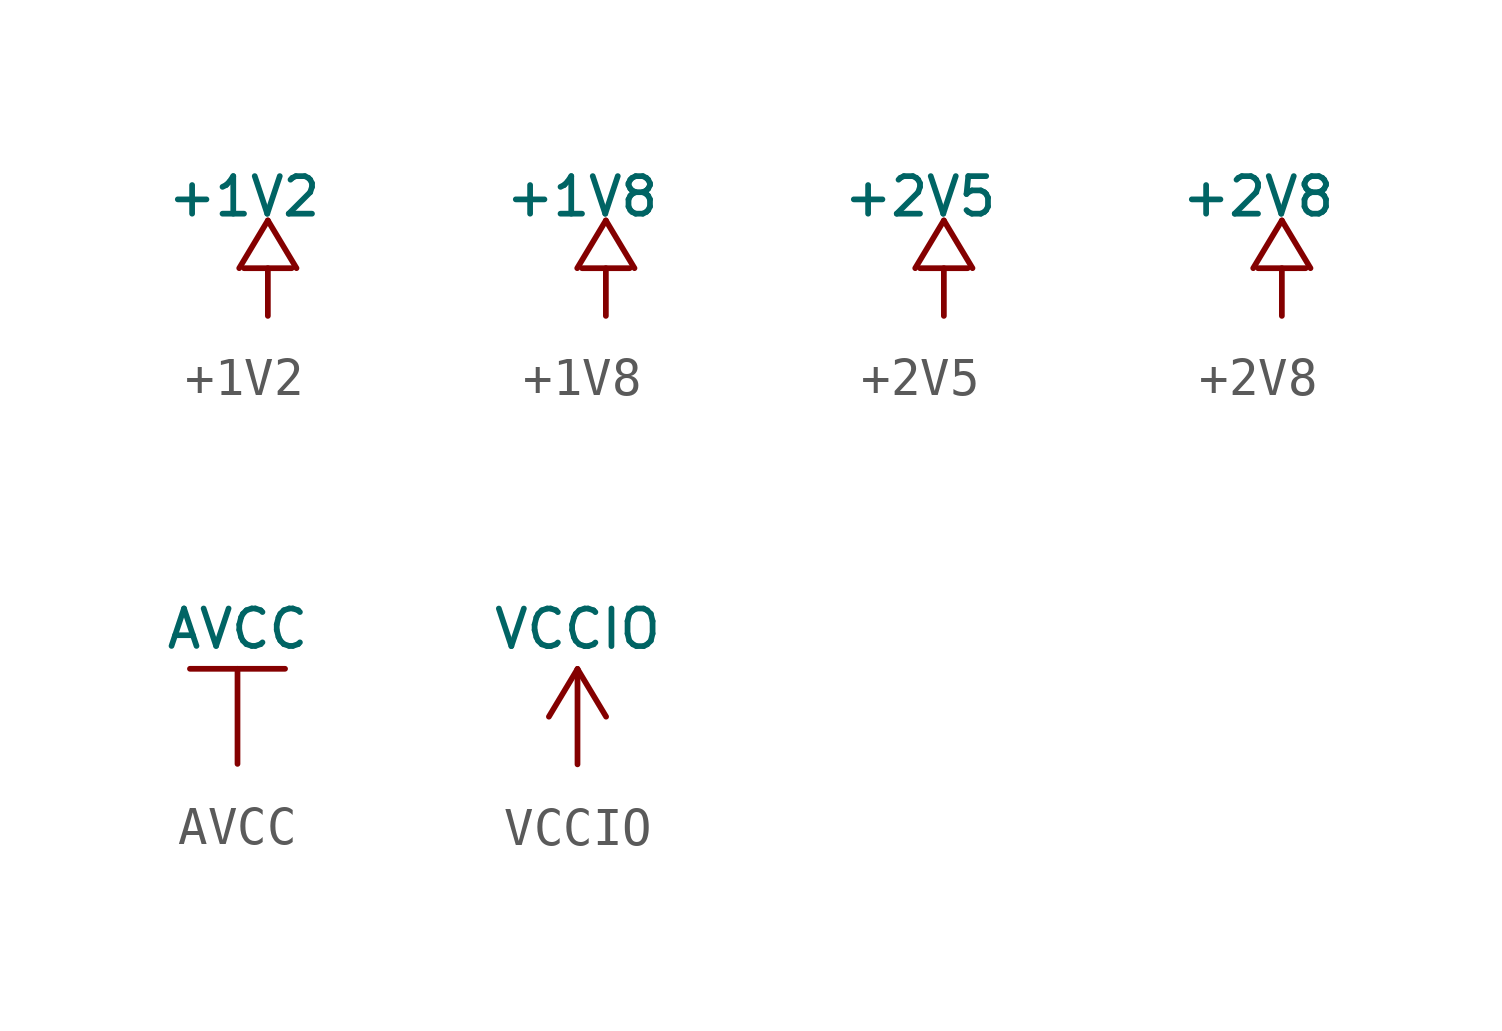
<source format=kicad_sym>
(kicad_symbol_lib
  (version 20230620)
  (generator kicad_symbol_editor)
  (symbol "+1V2"
    (power)
    (pin_names
      (offset 0))
    (property "Reference" "#PWR?"
      (at 0 -3.81 0)
      (effects (font (size 1.27 1.27)) hide))
    (property "Value" "+1V2"
      (at -0.635 3.175 0)
      (effects (font (size 1 1))))
    (symbol "+1V2_0_1"
      (polyline (pts (xy -0.762 1.27) (xy 0 2.54)) (stroke (width 0) (type default)) (fill (type none)))
      (polyline (pts (xy -0.635 1.27) (xy 0.635 1.27)) (stroke (width 0) (type default)) (fill (type none)))
      (polyline (pts (xy 0 0) (xy 0 1.27)) (stroke (width 0) (type default)) (fill (type none)))
      (polyline (pts (xy 0 2.54) (xy 0.762 1.27)) (stroke (width 0) (type default)) (fill (type none))))
    (symbol "+1V2_1_1"
      (pin power_in line (at 0 0 90) (length 0) hide (name "+1V2" (effects (font (size 1.27 1.27)))) (number "1" (effects (font (size 1.27 1.27)))))))
  (symbol "+1V8"
    (power)
    (pin_names
      (offset 0))
    (property "Reference" "#PWR?"
      (at 0 -3.81 0)
      (effects (font (size 1.27 1.27)) hide))
    (property "Value" "+1V8"
      (at -0.635 3.175 0)
      (effects (font (size 1 1))))
    (symbol "+1V8_0_1"
      (polyline (pts (xy -0.762 1.27) (xy 0 2.54)) (stroke (width 0) (type default)) (fill (type none)))
      (polyline (pts (xy -0.635 1.27) (xy 0.635 1.27)) (stroke (width 0) (type default)) (fill (type none)))
      (polyline (pts (xy 0 0) (xy 0 1.27)) (stroke (width 0) (type default)) (fill (type none)))
      (polyline (pts (xy 0 2.54) (xy 0.762 1.27)) (stroke (width 0) (type default)) (fill (type none))))
    (symbol "+1V8_1_1"
      (pin power_in line (at 0 0 90) (length 0) hide (name "+1V8" (effects (font (size 1.27 1.27)))) (number "1" (effects (font (size 1.27 1.27)))))))
  (symbol "+2V5"
    (power)
    (pin_names
      (offset 0))
    (property "Reference" "#PWR?"
      (at 0 -3.81 0)
      (effects (font (size 1.27 1.27)) hide))
    (property "Value" "+2V5"
      (at -0.635 3.175 0)
      (effects (font (size 1 1))))
    (symbol "+2V5_0_1"
      (polyline (pts (xy -0.762 1.27) (xy 0 2.54)) (stroke (width 0) (type default)) (fill (type none)))
      (polyline (pts (xy -0.635 1.27) (xy 0.635 1.27)) (stroke (width 0) (type default)) (fill (type none)))
      (polyline (pts (xy 0 0) (xy 0 1.27)) (stroke (width 0) (type default)) (fill (type none)))
      (polyline (pts (xy 0 2.54) (xy 0.762 1.27)) (stroke (width 0) (type default)) (fill (type none))))
    (symbol "+2V5_1_1"
      (pin power_in line (at 0 0 90) (length 0) hide (name "+2V5" (effects (font (size 1.27 1.27)))) (number "1" (effects (font (size 1.27 1.27)))))))
  (symbol "+2V8"
    (power)
    (pin_names
      (offset 0))
    (property "Reference" "#PWR?"
      (at 0 -3.81 0)
      (effects (font (size 1.27 1.27)) hide))
    (property "Value" "+2V8"
      (at -0.635 3.175 0)
      (effects (font (size 1 1))))
    (symbol "+2V8_0_1"
      (polyline (pts (xy -0.762 1.27) (xy 0 2.54)) (stroke (width 0) (type default)) (fill (type none)))
      (polyline (pts (xy -0.635 1.27) (xy 0.635 1.27)) (stroke (width 0) (type default)) (fill (type none)))
      (polyline (pts (xy 0 0) (xy 0 1.27)) (stroke (width 0) (type default)) (fill (type none)))
      (polyline (pts (xy 0 2.54) (xy 0.762 1.27)) (stroke (width 0) (type default)) (fill (type none))))
    (symbol "+2V8_1_1"
      (pin power_in line (at 0 0 90) (length 0) hide (name "+2V8" (effects (font (size 1.27 1.27)))) (number "1" (effects (font (size 1.27 1.27)))))))
  (symbol "AVCC"
    (power)
    (pin_names
      (offset 0))
    (property "Reference" "#PWR?"
      (at 0 -3.81 0)
      (effects (font (size 1.27 1.27)) hide))
    (property "Value" "AVCC"
      (at 0 3.605 0)
      (effects (font (size 1 1))))
    (symbol "AVCC_0_1"
      (polyline (pts (xy -1.27 2.54) (xy 1.27 2.54)) (stroke (width 0) (type default)) (fill (type none)))
      (polyline (pts (xy 0 0) (xy 0 2.54)) (stroke (width 0) (type default)) (fill (type none))))
    (symbol "AVCC_1_1"
      (pin power_in line (at 0 0 90) (length 0) hide (name "AVCC" (effects (font (size 1.27 1.27)))) (number "1" (effects (font (size 1.27 1.27)))))))
  (symbol "VCCIO"
    (power)
    (pin_names
      (offset 0))
    (property "Reference" "#PWR?"
      (at 0 -3.81 0)
      (effects (font (size 1.27 1.27)) hide))
    (property "Value" "VCCIO"
      (at 0 3.605 0)
      (effects (font (size 1 1))))
    (symbol "VCCIO_0_1"
      (polyline (pts (xy -0.762 1.27) (xy 0 2.54)) (stroke (width 0) (type default)) (fill (type none)))
      (polyline (pts (xy 0 0) (xy 0 2.54)) (stroke (width 0) (type default)) (fill (type none)))
      (polyline (pts (xy 0 2.54) (xy 0.762 1.27)) (stroke (width 0) (type default)) (fill (type none))))
    (symbol "VCCIO_1_1"
      (pin power_in line (at 0 0 90) (length 0) hide (name "VCCIO" (effects (font (size 1.27 1.27)))) (number "1" (effects (font (size 1.27 1.27))))))))
</source>
